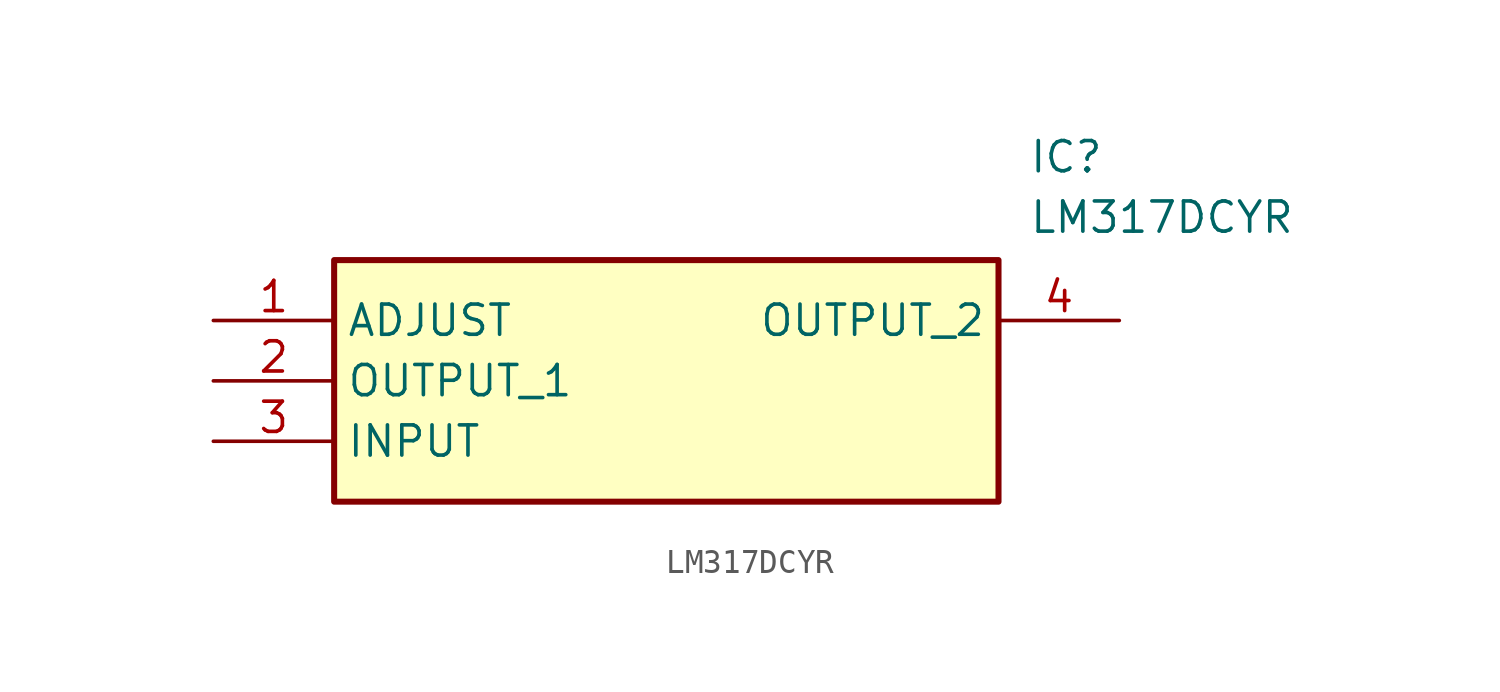
<source format=kicad_sym>
(kicad_symbol_lib
  (version 20211014)
  (generator SamacSys_ECAD_Model)
  (symbol "LM317DCYR"
    (property "Reference" "IC"
      (at 34.29 7.62 0)
      (effects (font (size 1.27 1.27)) (justify left top)))
    (property "Value" "LM317DCYR"
      (at 34.29 5.08 0)
      (effects (font (size 1.27 1.27)) (justify left top)))
    (rectangle
      (start 5.08 2.54)
      (end 33.02 -7.62)
      (stroke (width 0.254) (type default))
      (fill (type background)))
    (pin passive line
      (at 0 0 0)
      (length 5.08)
      (name "ADJUST" (effects (font (size 1.27 1.27))))
      (number "1" (effects (font (size 1.27 1.27)))))
    (pin passive line
      (at 0 -2.54 0)
      (length 5.08)
      (name "OUTPUT_1" (effects (font (size 1.27 1.27))))
      (number "2" (effects (font (size 1.27 1.27)))))
    (pin passive line
      (at 0 -5.08 0)
      (length 5.08)
      (name "INPUT" (effects (font (size 1.27 1.27))))
      (number "3" (effects (font (size 1.27 1.27)))))
    (pin passive line
      (at 38.1 0 180)
      (length 5.08)
      (name "OUTPUT_2" (effects (font (size 1.27 1.27))))
      (number "4" (effects (font (size 1.27 1.27)))))))
</source>
